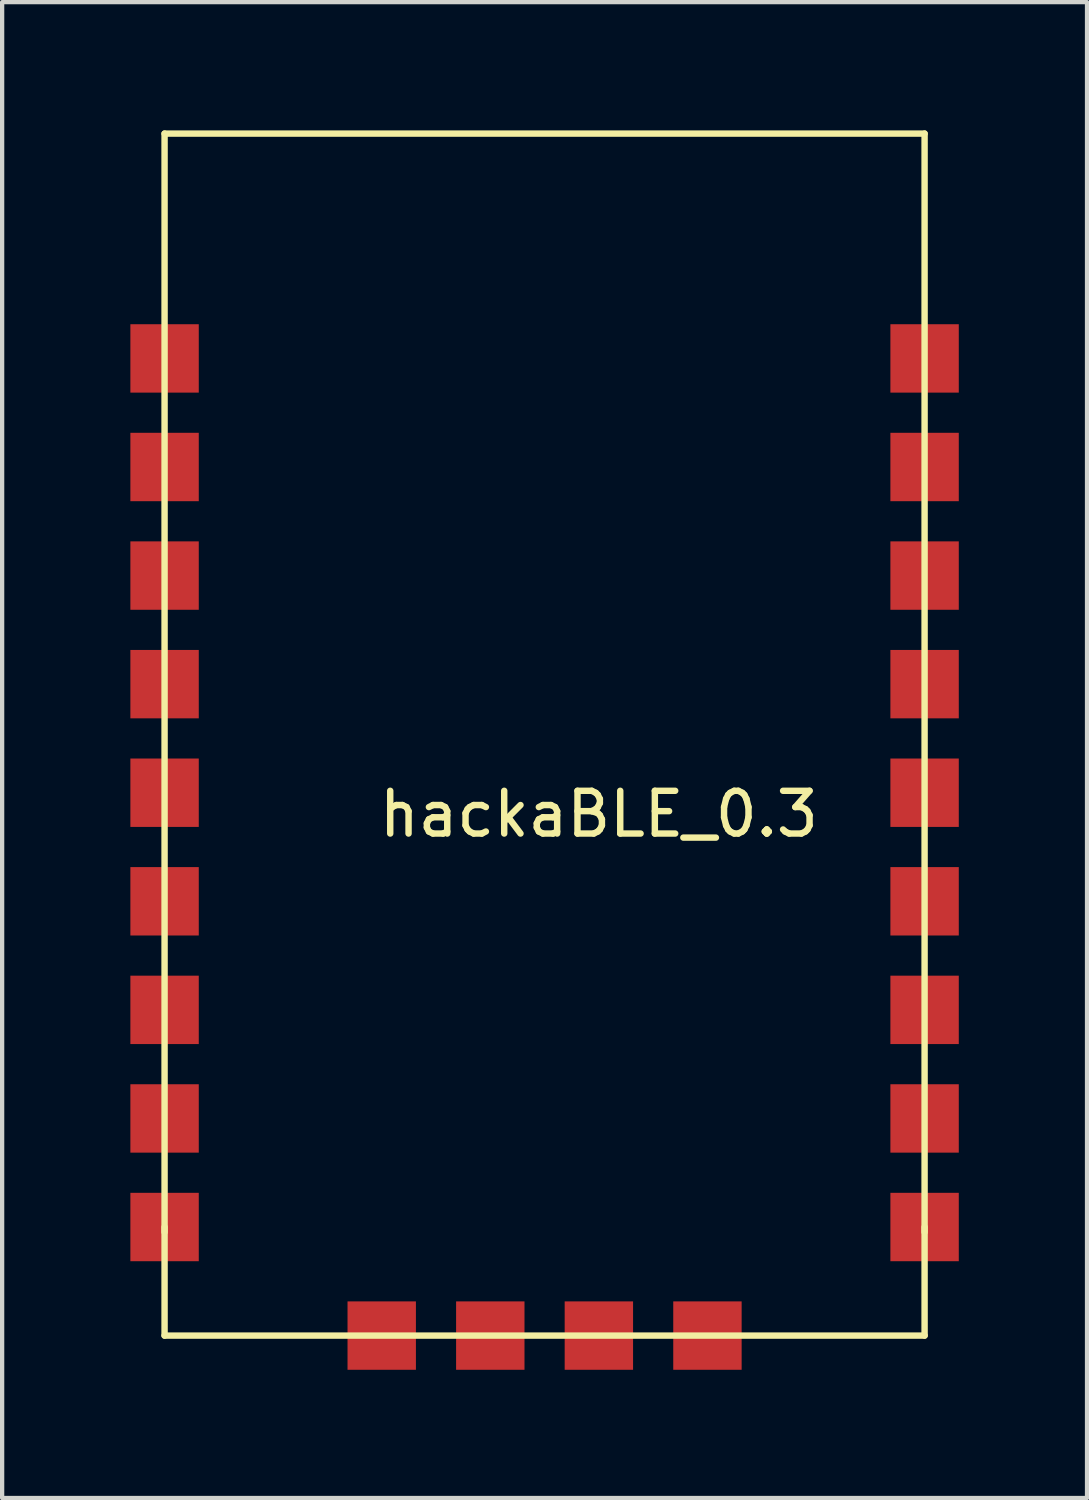
<source format=kicad_pcb>
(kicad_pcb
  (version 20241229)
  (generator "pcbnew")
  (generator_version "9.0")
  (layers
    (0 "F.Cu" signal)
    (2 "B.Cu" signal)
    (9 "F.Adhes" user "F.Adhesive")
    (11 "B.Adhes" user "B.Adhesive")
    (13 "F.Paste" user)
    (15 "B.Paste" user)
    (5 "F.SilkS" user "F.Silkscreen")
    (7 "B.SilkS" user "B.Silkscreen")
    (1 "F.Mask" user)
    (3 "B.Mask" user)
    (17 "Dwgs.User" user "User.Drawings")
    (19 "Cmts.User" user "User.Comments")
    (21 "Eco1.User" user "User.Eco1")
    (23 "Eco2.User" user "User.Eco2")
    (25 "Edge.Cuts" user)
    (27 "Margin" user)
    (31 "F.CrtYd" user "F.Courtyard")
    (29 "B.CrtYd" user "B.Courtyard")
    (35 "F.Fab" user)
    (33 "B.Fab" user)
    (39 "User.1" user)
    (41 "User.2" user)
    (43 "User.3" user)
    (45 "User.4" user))
  (footprint "hackaBLE_0.3"
    (layer "F.Cu")
    (at 10.96 15.495)
    (property "Reference" "hackaBLE_0.3" (at 0 0.5 0) (layer "F.SilkS") (effects (font (size 1 1) (thickness 0.15))))
    (attr through_hole)
    (fp_line (start -10.16 -15.42) (end -10.16 10.28) (stroke (width 0.15) (type solid)) (layer "F.SilkS"))
    (fp_line (start -10.16 -15.42) (end 7.62 -15.42) (stroke (width 0.15) (type solid)) (layer "F.SilkS"))
    (fp_line (start -10.16 10.16) (end -10.16 12.7) (stroke (width 0.15) (type solid)) (layer "F.SilkS"))
    (fp_line (start -10.16 12.7) (end 7.62 12.7) (stroke (width 0.15) (type solid)) (layer "F.SilkS"))
    (fp_line (start 7.62 -15.42) (end 7.62 10.28) (stroke (width 0.15) (type solid)) (layer "F.SilkS"))
    (fp_line (start 7.62 12.7) (end 7.62 10.16) (stroke (width 0.15) (type solid)) (layer "F.SilkS"))
    (pad "1" smd rect (at -10.16 -10.16) (size 1.6 1.6) (layers "F.Cu" "F.Mask" "F.Paste"))
    (pad "2" smd rect (at -10.16 -7.62) (size 1.6 1.6) (layers "F.Cu" "F.Mask" "F.Paste"))
    (pad "3" smd rect (at -10.16 -5.08) (size 1.6 1.6) (layers "F.Cu" "F.Mask" "F.Paste"))
    (pad "4" smd rect (at -10.16 -2.54) (size 1.6 1.6) (layers "F.Cu" "F.Mask" "F.Paste"))
    (pad "5" smd rect (at -10.16 0) (size 1.6 1.6) (layers "F.Cu" "F.Mask" "F.Paste"))
    (pad "6" smd rect (at -10.16 2.54) (size 1.6 1.6) (layers "F.Cu" "F.Mask" "F.Paste"))
    (pad "7" smd rect (at -10.16 5.08) (size 1.6 1.6) (layers "F.Cu" "F.Mask" "F.Paste"))
    (pad "8" smd rect (at -10.16 7.62) (size 1.6 1.6) (layers "F.Cu" "F.Mask" "F.Paste"))
    (pad "9" smd rect (at -10.16 10.16) (size 1.6 1.6) (layers "F.Cu" "F.Mask" "F.Paste"))
    (pad "10" smd rect (at 7.62 -10.16) (size 1.6 1.6) (layers "F.Cu" "F.Mask" "F.Paste"))
    (pad "11" smd rect (at 7.62 -7.62) (size 1.6 1.6) (layers "F.Cu" "F.Mask" "F.Paste"))
    (pad "12" smd rect (at 7.62 -5.08) (size 1.6 1.6) (layers "F.Cu" "F.Mask" "F.Paste"))
    (pad "13" smd rect (at 7.62 -2.54) (size 1.6 1.6) (layers "F.Cu" "F.Mask" "F.Paste"))
    (pad "14" smd rect (at 7.62 0) (size 1.6 1.6) (layers "F.Cu" "F.Mask" "F.Paste"))
    (pad "15" smd rect (at 7.62 2.54) (size 1.6 1.6) (layers "F.Cu" "F.Mask" "F.Paste"))
    (pad "16" smd rect (at 7.62 5.08) (size 1.6 1.6) (layers "F.Cu" "F.Mask" "F.Paste"))
    (pad "17" smd rect (at 7.62 7.62) (size 1.6 1.6) (layers "F.Cu" "F.Mask" "F.Paste"))
    (pad "18" smd rect (at 7.62 10.16) (size 1.6 1.6) (layers "F.Cu" "F.Mask" "F.Paste"))
    (pad "19" smd rect (at -5.08 12.7) (size 1.6 1.6) (layers "F.Cu" "F.Mask" "F.Paste"))
    (pad "20" smd rect (at -2.54 12.7) (size 1.6 1.6) (layers "F.Cu" "F.Mask" "F.Paste"))
    (pad "21" smd rect (at 0 12.7) (size 1.6 1.6) (layers "F.Cu" "F.Mask" "F.Paste"))
    (pad "22" smd rect (at 2.54 12.7) (size 1.6 1.6) (layers "F.Cu" "F.Mask" "F.Paste")))
  (gr_rect
    (start -3 -3)
    (end 22.38 31.995)
    (stroke (width 0.1) (type default))
    (fill no)
    (layer "Edge.Cuts")))
</source>
